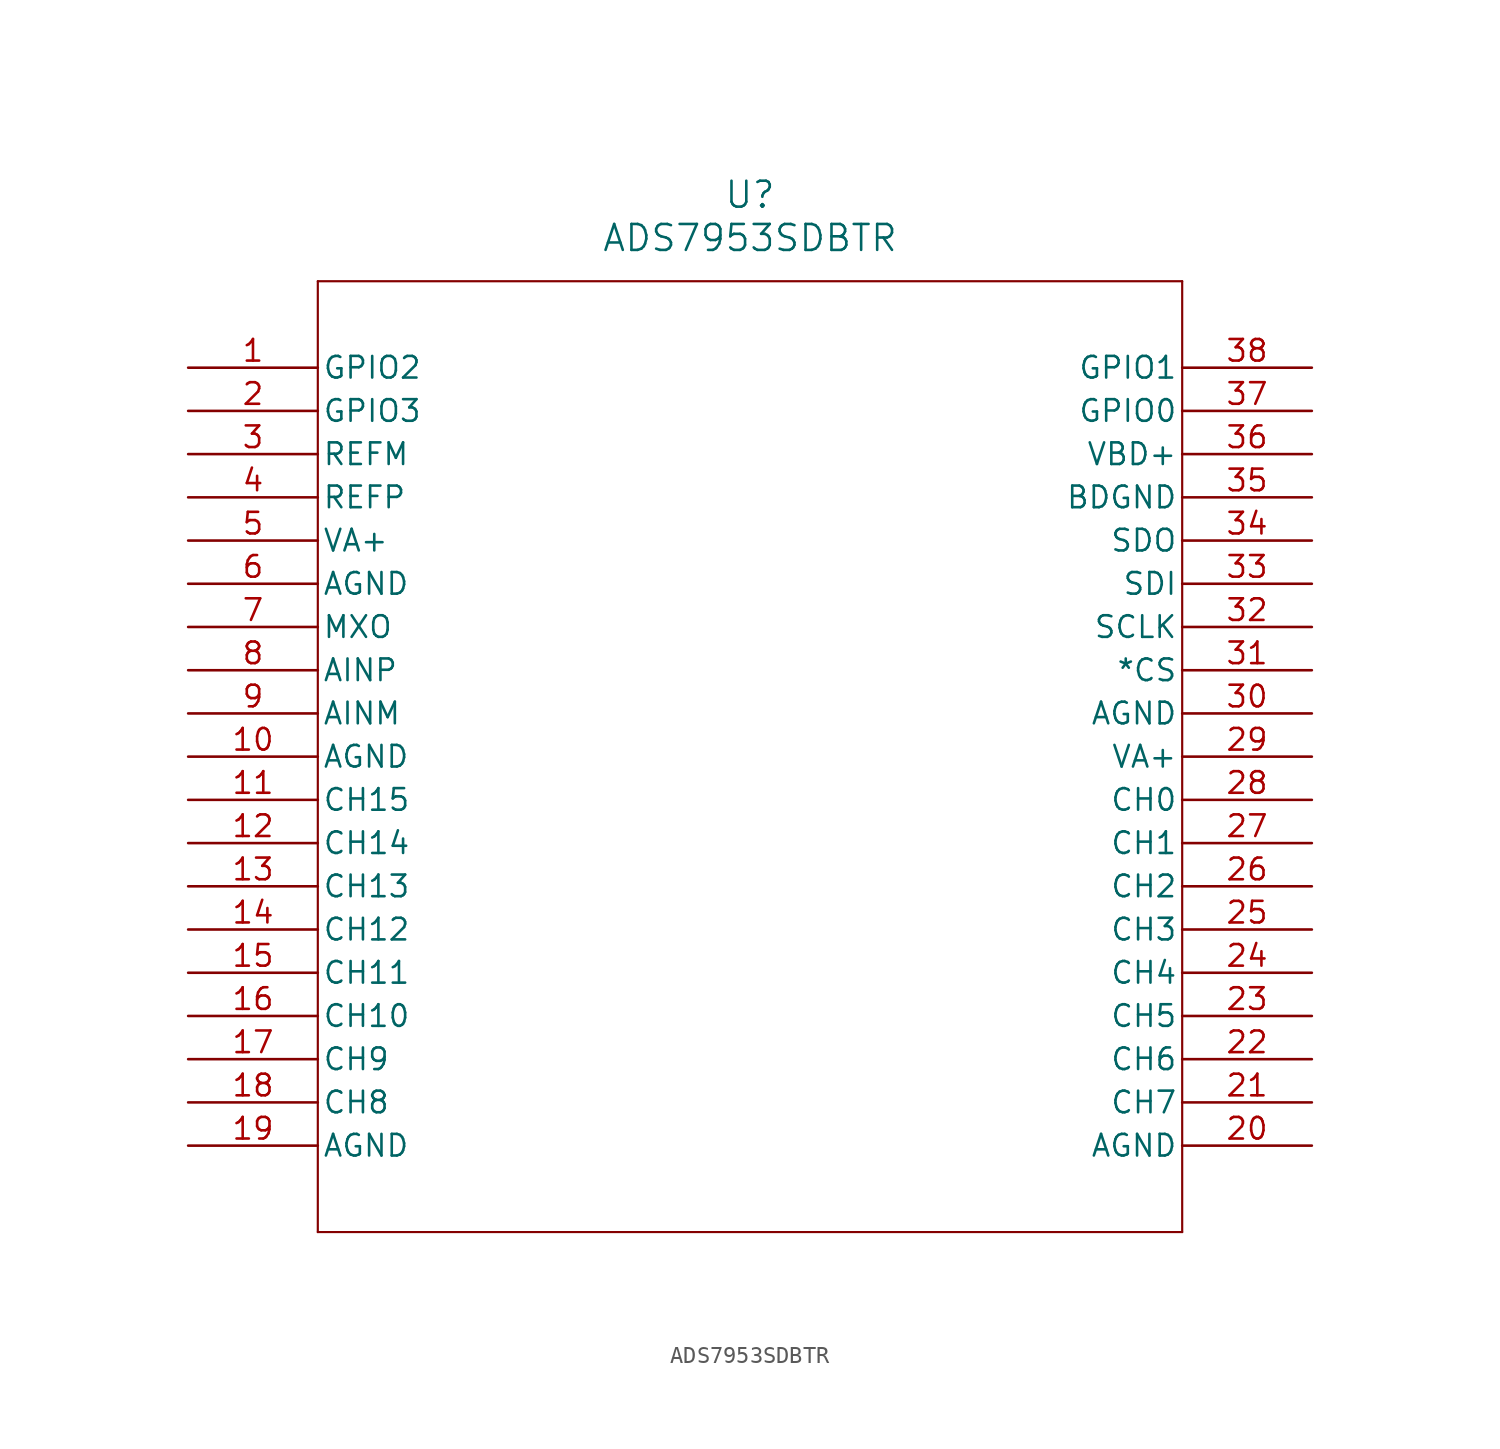
<source format=kicad_sym>
(kicad_symbol_lib
  (version 20211014)
  (generator kicad_symbol_editor)
  (symbol "ADS7953SDBTR"
    (pin_names
      (offset 0.254))
    (property "Reference" "U"
      (at 33.02 10.16 0)
      (effects (font (size 1.524 1.524))))
    (property "Value" "ADS7953SDBTR"
      (at 33.02 7.62 0)
      (effects (font (size 1.524 1.524))))
    (symbol "ADS7953SDBTR_0_1"
      (polyline (pts (xy 7.62 5.08) (xy 7.62 -50.8)) (stroke (width 0.127) (type default) (color 0 0 0 0)) (fill (type none)))
      (polyline (pts (xy 7.62 -50.8) (xy 58.42 -50.8)) (stroke (width 0.127) (type default) (color 0 0 0 0)) (fill (type none)))
      (polyline (pts (xy 58.42 -50.8) (xy 58.42 5.08)) (stroke (width 0.127) (type default) (color 0 0 0 0)) (fill (type none)))
      (polyline (pts (xy 58.42 5.08) (xy 7.62 5.08)) (stroke (width 0.127) (type default) (color 0 0 0 0)) (fill (type none)))
      (pin bidirectional line (at 0 0 0) (length 7.62) (name "GPIO2" (effects (font (size 1.27 1.27)))) (number "1" (effects (font (size 1.27 1.27)))))
      (pin bidirectional line (at 0 -2.54 0) (length 7.62) (name "GPIO3" (effects (font (size 1.27 1.27)))) (number "2" (effects (font (size 1.27 1.27)))))
      (pin input line (at 0 -5.08 0) (length 7.62) (name "REFM" (effects (font (size 1.27 1.27)))) (number "3" (effects (font (size 1.27 1.27)))))
      (pin input line (at 0 -7.62 0) (length 7.62) (name "REFP" (effects (font (size 1.27 1.27)))) (number "4" (effects (font (size 1.27 1.27)))))
      (pin power_in line (at 0 -10.16 0) (length 7.62) (name "VA+" (effects (font (size 1.27 1.27)))) (number "5" (effects (font (size 1.27 1.27)))))
      (pin power_in line (at 0 -12.7 0) (length 7.62) (name "AGND" (effects (font (size 1.27 1.27)))) (number "6" (effects (font (size 1.27 1.27)))))
      (pin output line (at 0 -15.24 0) (length 7.62) (name "MXO" (effects (font (size 1.27 1.27)))) (number "7" (effects (font (size 1.27 1.27)))))
      (pin input line (at 0 -17.78 0) (length 7.62) (name "AINP" (effects (font (size 1.27 1.27)))) (number "8" (effects (font (size 1.27 1.27)))))
      (pin input line (at 0 -20.32 0) (length 7.62) (name "AINM" (effects (font (size 1.27 1.27)))) (number "9" (effects (font (size 1.27 1.27)))))
      (pin power_in line (at 0 -22.86 0) (length 7.62) (name "AGND" (effects (font (size 1.27 1.27)))) (number "10" (effects (font (size 1.27 1.27)))))
      (pin input line (at 0 -25.4 0) (length 7.62) (name "CH15" (effects (font (size 1.27 1.27)))) (number "11" (effects (font (size 1.27 1.27)))))
      (pin input line (at 0 -27.94 0) (length 7.62) (name "CH14" (effects (font (size 1.27 1.27)))) (number "12" (effects (font (size 1.27 1.27)))))
      (pin input line (at 0 -30.48 0) (length 7.62) (name "CH13" (effects (font (size 1.27 1.27)))) (number "13" (effects (font (size 1.27 1.27)))))
      (pin input line (at 0 -33.02 0) (length 7.62) (name "CH12" (effects (font (size 1.27 1.27)))) (number "14" (effects (font (size 1.27 1.27)))))
      (pin input line (at 0 -35.56 0) (length 7.62) (name "CH11" (effects (font (size 1.27 1.27)))) (number "15" (effects (font (size 1.27 1.27)))))
      (pin input line (at 0 -38.1 0) (length 7.62) (name "CH10" (effects (font (size 1.27 1.27)))) (number "16" (effects (font (size 1.27 1.27)))))
      (pin input line (at 0 -40.64 0) (length 7.62) (name "CH9" (effects (font (size 1.27 1.27)))) (number "17" (effects (font (size 1.27 1.27)))))
      (pin input line (at 0 -43.18 0) (length 7.62) (name "CH8" (effects (font (size 1.27 1.27)))) (number "18" (effects (font (size 1.27 1.27)))))
      (pin power_in line (at 0 -45.72 0) (length 7.62) (name "AGND" (effects (font (size 1.27 1.27)))) (number "19" (effects (font (size 1.27 1.27)))))
      (pin power_in line (at 66.04 -45.72 180) (length 7.62) (name "AGND" (effects (font (size 1.27 1.27)))) (number "20" (effects (font (size 1.27 1.27)))))
      (pin input line (at 66.04 -43.18 180) (length 7.62) (name "CH7" (effects (font (size 1.27 1.27)))) (number "21" (effects (font (size 1.27 1.27)))))
      (pin input line (at 66.04 -40.64 180) (length 7.62) (name "CH6" (effects (font (size 1.27 1.27)))) (number "22" (effects (font (size 1.27 1.27)))))
      (pin input line (at 66.04 -38.1 180) (length 7.62) (name "CH5" (effects (font (size 1.27 1.27)))) (number "23" (effects (font (size 1.27 1.27)))))
      (pin input line (at 66.04 -35.56 180) (length 7.62) (name "CH4" (effects (font (size 1.27 1.27)))) (number "24" (effects (font (size 1.27 1.27)))))
      (pin input line (at 66.04 -33.02 180) (length 7.62) (name "CH3" (effects (font (size 1.27 1.27)))) (number "25" (effects (font (size 1.27 1.27)))))
      (pin input line (at 66.04 -30.48 180) (length 7.62) (name "CH2" (effects (font (size 1.27 1.27)))) (number "26" (effects (font (size 1.27 1.27)))))
      (pin input line (at 66.04 -27.94 180) (length 7.62) (name "CH1" (effects (font (size 1.27 1.27)))) (number "27" (effects (font (size 1.27 1.27)))))
      (pin input line (at 66.04 -25.4 180) (length 7.62) (name "CH0" (effects (font (size 1.27 1.27)))) (number "28" (effects (font (size 1.27 1.27)))))
      (pin power_in line (at 66.04 -22.86 180) (length 7.62) (name "VA+" (effects (font (size 1.27 1.27)))) (number "29" (effects (font (size 1.27 1.27)))))
      (pin power_in line (at 66.04 -20.32 180) (length 7.62) (name "AGND" (effects (font (size 1.27 1.27)))) (number "30" (effects (font (size 1.27 1.27)))))
      (pin input line (at 66.04 -17.78 180) (length 7.62) (name "*CS" (effects (font (size 1.27 1.27)))) (number "31" (effects (font (size 1.27 1.27)))))
      (pin input line (at 66.04 -15.24 180) (length 7.62) (name "SCLK" (effects (font (size 1.27 1.27)))) (number "32" (effects (font (size 1.27 1.27)))))
      (pin input line (at 66.04 -12.7 180) (length 7.62) (name "SDI" (effects (font (size 1.27 1.27)))) (number "33" (effects (font (size 1.27 1.27)))))
      (pin output line (at 66.04 -10.16 180) (length 7.62) (name "SDO" (effects (font (size 1.27 1.27)))) (number "34" (effects (font (size 1.27 1.27)))))
      (pin power_in line (at 66.04 -7.62 180) (length 7.62) (name "BDGND" (effects (font (size 1.27 1.27)))) (number "35" (effects (font (size 1.27 1.27)))))
      (pin power_in line (at 66.04 -5.08 180) (length 7.62) (name "VBD+" (effects (font (size 1.27 1.27)))) (number "36" (effects (font (size 1.27 1.27)))))
      (pin bidirectional line (at 66.04 -2.54 180) (length 7.62) (name "GPIO0" (effects (font (size 1.27 1.27)))) (number "37" (effects (font (size 1.27 1.27)))))
      (pin bidirectional line (at 66.04 0 180) (length 7.62) (name "GPIO1" (effects (font (size 1.27 1.27)))) (number "38" (effects (font (size 1.27 1.27))))))))
</source>
